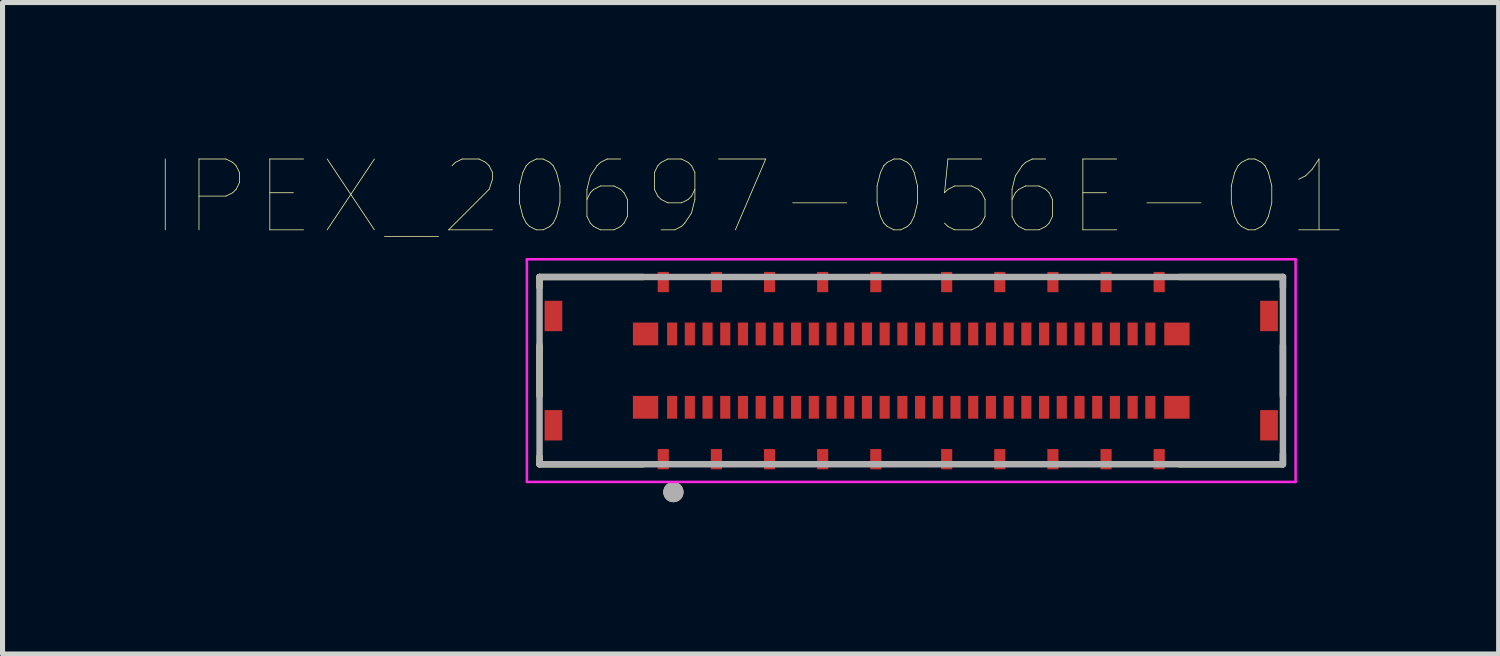
<source format=kicad_pcb>
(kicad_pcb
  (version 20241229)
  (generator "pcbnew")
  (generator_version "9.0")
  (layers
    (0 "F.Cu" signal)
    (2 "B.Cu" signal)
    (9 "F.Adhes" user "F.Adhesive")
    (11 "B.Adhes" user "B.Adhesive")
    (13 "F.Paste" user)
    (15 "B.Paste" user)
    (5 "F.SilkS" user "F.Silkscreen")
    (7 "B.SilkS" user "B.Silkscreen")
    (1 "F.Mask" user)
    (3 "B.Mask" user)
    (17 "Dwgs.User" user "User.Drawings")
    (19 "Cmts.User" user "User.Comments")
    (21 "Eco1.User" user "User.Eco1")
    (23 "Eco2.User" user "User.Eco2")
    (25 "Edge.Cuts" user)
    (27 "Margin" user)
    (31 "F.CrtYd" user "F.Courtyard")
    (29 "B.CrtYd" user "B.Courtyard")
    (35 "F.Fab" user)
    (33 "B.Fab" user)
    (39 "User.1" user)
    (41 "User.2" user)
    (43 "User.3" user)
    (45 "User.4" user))
  (footprint "IPEX_20697-056E-01"
    (layer "F.Cu")
    (at 14.957 4.274)
    (property "Reference" "IPEX_20697-056E-01" (at -3.175 -3.429 0) (layer "F.SilkS") (effects (font (size 1.4 1.4) (thickness 0.015))))
    (attr through_hole)
    (fp_line (start -7.345 -1.85) (end -7.345 -1.65) (stroke (width 0.127) (type solid)) (layer "F.SilkS"))
    (fp_line (start -7.345 -0.5) (end -7.345 0.5) (stroke (width 0.127) (type solid)) (layer "F.SilkS"))
    (fp_line (start -7.345 1.7) (end -7.345 1.85) (stroke (width 0.127) (type solid)) (layer "F.SilkS"))
    (fp_line (start -7.345 1.85) (end -5.3 1.85) (stroke (width 0.127) (type solid)) (layer "F.SilkS"))
    (fp_line (start -5.3 -1.85) (end -7.345 -1.85) (stroke (width 0.127) (type solid)) (layer "F.SilkS"))
    (fp_line (start 5.3 -1.85) (end 7.345 -1.85) (stroke (width 0.127) (type solid)) (layer "F.SilkS"))
    (fp_line (start 5.3 1.85) (end 7.345 1.85) (stroke (width 0.127) (type solid)) (layer "F.SilkS"))
    (fp_line (start 7.345 -1.85) (end 7.345 -1.65) (stroke (width 0.127) (type solid)) (layer "F.SilkS"))
    (fp_line (start 7.345 -0.5) (end 7.345 0.5) (stroke (width 0.127) (type solid)) (layer "F.SilkS"))
    (fp_line (start 7.345 1.85) (end 7.345 1.65) (stroke (width 0.127) (type solid)) (layer "F.SilkS"))
    (fp_circle (center -4.7 2.4) (end -4.6 2.4) (stroke (width 0.2) (type solid)) (fill no) (layer "F.SilkS"))
    (fp_poly (pts (xy -5.5 -0.875) (xy -5 -0.875) (xy -5 -0.575) (xy -5.5 -0.575)) (stroke (width 0.01) (type solid)) (fill yes) (layer "F.Paste"))
    (fp_poly (pts (xy -5.5 0.575) (xy -5 0.575) (xy -5 0.875) (xy -5.5 0.875)) (stroke (width 0.01) (type solid)) (fill yes) (layer "F.Paste"))
    (fp_poly (pts (xy -4.825 -0.875) (xy -4.625 -0.875) (xy -4.625 -0.575) (xy -4.825 -0.575)) (stroke (width 0.01) (type solid)) (fill yes) (layer "F.Paste"))
    (fp_poly (pts (xy -4.825 0.575) (xy -4.625 0.575) (xy -4.625 0.875) (xy -4.825 0.875)) (stroke (width 0.01) (type solid)) (fill yes) (layer "F.Paste"))
    (fp_poly (pts (xy -4.475 -0.875) (xy -4.275 -0.875) (xy -4.275 -0.575) (xy -4.475 -0.575)) (stroke (width 0.01) (type solid)) (fill yes) (layer "F.Paste"))
    (fp_poly (pts (xy -4.475 0.575) (xy -4.275 0.575) (xy -4.275 0.875) (xy -4.475 0.875)) (stroke (width 0.01) (type solid)) (fill yes) (layer "F.Paste"))
    (fp_poly (pts (xy -4.125 -0.875) (xy -3.925 -0.875) (xy -3.925 -0.575) (xy -4.125 -0.575)) (stroke (width 0.01) (type solid)) (fill yes) (layer "F.Paste"))
    (fp_poly (pts (xy -4.125 0.575) (xy -3.925 0.575) (xy -3.925 0.875) (xy -4.125 0.875)) (stroke (width 0.01) (type solid)) (fill yes) (layer "F.Paste"))
    (fp_poly (pts (xy -3.775 -0.875) (xy -3.575 -0.875) (xy -3.575 -0.575) (xy -3.775 -0.575)) (stroke (width 0.01) (type solid)) (fill yes) (layer "F.Paste"))
    (fp_poly (pts (xy -3.775 0.575) (xy -3.575 0.575) (xy -3.575 0.875) (xy -3.775 0.875)) (stroke (width 0.01) (type solid)) (fill yes) (layer "F.Paste"))
    (fp_poly (pts (xy -3.425 -0.875) (xy -3.225 -0.875) (xy -3.225 -0.575) (xy -3.425 -0.575)) (stroke (width 0.01) (type solid)) (fill yes) (layer "F.Paste"))
    (fp_poly (pts (xy -3.425 0.575) (xy -3.225 0.575) (xy -3.225 0.875) (xy -3.425 0.875)) (stroke (width 0.01) (type solid)) (fill yes) (layer "F.Paste"))
    (fp_poly (pts (xy -3.075 -0.875) (xy -2.875 -0.875) (xy -2.875 -0.575) (xy -3.075 -0.575)) (stroke (width 0.01) (type solid)) (fill yes) (layer "F.Paste"))
    (fp_poly (pts (xy -3.075 0.575) (xy -2.875 0.575) (xy -2.875 0.875) (xy -3.075 0.875)) (stroke (width 0.01) (type solid)) (fill yes) (layer "F.Paste"))
    (fp_poly (pts (xy -2.725 -0.875) (xy -2.525 -0.875) (xy -2.525 -0.575) (xy -2.725 -0.575)) (stroke (width 0.01) (type solid)) (fill yes) (layer "F.Paste"))
    (fp_poly (pts (xy -2.725 0.575) (xy -2.525 0.575) (xy -2.525 0.875) (xy -2.725 0.875)) (stroke (width 0.01) (type solid)) (fill yes) (layer "F.Paste"))
    (fp_poly (pts (xy -2.375 -0.875) (xy -2.175 -0.875) (xy -2.175 -0.575) (xy -2.375 -0.575)) (stroke (width 0.01) (type solid)) (fill yes) (layer "F.Paste"))
    (fp_poly (pts (xy -2.375 0.575) (xy -2.175 0.575) (xy -2.175 0.875) (xy -2.375 0.875)) (stroke (width 0.01) (type solid)) (fill yes) (layer "F.Paste"))
    (fp_poly (pts (xy -2.025 -0.875) (xy -1.825 -0.875) (xy -1.825 -0.575) (xy -2.025 -0.575)) (stroke (width 0.01) (type solid)) (fill yes) (layer "F.Paste"))
    (fp_poly (pts (xy -2.025 0.575) (xy -1.825 0.575) (xy -1.825 0.875) (xy -2.025 0.875)) (stroke (width 0.01) (type solid)) (fill yes) (layer "F.Paste"))
    (fp_poly (pts (xy -1.675 -0.875) (xy -1.475 -0.875) (xy -1.475 -0.575) (xy -1.675 -0.575)) (stroke (width 0.01) (type solid)) (fill yes) (layer "F.Paste"))
    (fp_poly (pts (xy -1.675 0.575) (xy -1.475 0.575) (xy -1.475 0.875) (xy -1.675 0.875)) (stroke (width 0.01) (type solid)) (fill yes) (layer "F.Paste"))
    (fp_poly (pts (xy -1.325 -0.875) (xy -1.125 -0.875) (xy -1.125 -0.575) (xy -1.325 -0.575)) (stroke (width 0.01) (type solid)) (fill yes) (layer "F.Paste"))
    (fp_poly (pts (xy -1.325 0.575) (xy -1.125 0.575) (xy -1.125 0.875) (xy -1.325 0.875)) (stroke (width 0.01) (type solid)) (fill yes) (layer "F.Paste"))
    (fp_poly (pts (xy -0.975 -0.875) (xy -0.775 -0.875) (xy -0.775 -0.575) (xy -0.975 -0.575)) (stroke (width 0.01) (type solid)) (fill yes) (layer "F.Paste"))
    (fp_poly (pts (xy -0.975 0.575) (xy -0.775 0.575) (xy -0.775 0.875) (xy -0.975 0.875)) (stroke (width 0.01) (type solid)) (fill yes) (layer "F.Paste"))
    (fp_poly (pts (xy -0.625 -0.875) (xy -0.425 -0.875) (xy -0.425 -0.575) (xy -0.625 -0.575)) (stroke (width 0.01) (type solid)) (fill yes) (layer "F.Paste"))
    (fp_poly (pts (xy -0.625 0.575) (xy -0.425 0.575) (xy -0.425 0.875) (xy -0.625 0.875)) (stroke (width 0.01) (type solid)) (fill yes) (layer "F.Paste"))
    (fp_poly (pts (xy -0.275 -0.875) (xy -0.075 -0.875) (xy -0.075 -0.575) (xy -0.275 -0.575)) (stroke (width 0.01) (type solid)) (fill yes) (layer "F.Paste"))
    (fp_poly (pts (xy -0.275 0.575) (xy -0.075 0.575) (xy -0.075 0.875) (xy -0.275 0.875)) (stroke (width 0.01) (type solid)) (fill yes) (layer "F.Paste"))
    (fp_poly (pts (xy 0.075 -0.875) (xy 0.275 -0.875) (xy 0.275 -0.575) (xy 0.075 -0.575)) (stroke (width 0.01) (type solid)) (fill yes) (layer "F.Paste"))
    (fp_poly (pts (xy 0.075 0.575) (xy 0.275 0.575) (xy 0.275 0.875) (xy 0.075 0.875)) (stroke (width 0.01) (type solid)) (fill yes) (layer "F.Paste"))
    (fp_poly (pts (xy 0.425 -0.875) (xy 0.625 -0.875) (xy 0.625 -0.575) (xy 0.425 -0.575)) (stroke (width 0.01) (type solid)) (fill yes) (layer "F.Paste"))
    (fp_poly (pts (xy 0.425 0.575) (xy 0.625 0.575) (xy 0.625 0.875) (xy 0.425 0.875)) (stroke (width 0.01) (type solid)) (fill yes) (layer "F.Paste"))
    (fp_poly (pts (xy 0.775 -0.875) (xy 0.975 -0.875) (xy 0.975 -0.575) (xy 0.775 -0.575)) (stroke (width 0.01) (type solid)) (fill yes) (layer "F.Paste"))
    (fp_poly (pts (xy 0.775 0.575) (xy 0.975 0.575) (xy 0.975 0.875) (xy 0.775 0.875)) (stroke (width 0.01) (type solid)) (fill yes) (layer "F.Paste"))
    (fp_poly (pts (xy 1.125 -0.875) (xy 1.325 -0.875) (xy 1.325 -0.575) (xy 1.125 -0.575)) (stroke (width 0.01) (type solid)) (fill yes) (layer "F.Paste"))
    (fp_poly (pts (xy 1.125 0.575) (xy 1.325 0.575) (xy 1.325 0.875) (xy 1.125 0.875)) (stroke (width 0.01) (type solid)) (fill yes) (layer "F.Paste"))
    (fp_poly (pts (xy 1.475 -0.875) (xy 1.675 -0.875) (xy 1.675 -0.575) (xy 1.475 -0.575)) (stroke (width 0.01) (type solid)) (fill yes) (layer "F.Paste"))
    (fp_poly (pts (xy 1.475 0.575) (xy 1.675 0.575) (xy 1.675 0.875) (xy 1.475 0.875)) (stroke (width 0.01) (type solid)) (fill yes) (layer "F.Paste"))
    (fp_poly (pts (xy 1.825 -0.875) (xy 2.025 -0.875) (xy 2.025 -0.575) (xy 1.825 -0.575)) (stroke (width 0.01) (type solid)) (fill yes) (layer "F.Paste"))
    (fp_poly (pts (xy 1.825 0.575) (xy 2.025 0.575) (xy 2.025 0.875) (xy 1.825 0.875)) (stroke (width 0.01) (type solid)) (fill yes) (layer "F.Paste"))
    (fp_poly (pts (xy 2.175 -0.875) (xy 2.375 -0.875) (xy 2.375 -0.575) (xy 2.175 -0.575)) (stroke (width 0.01) (type solid)) (fill yes) (layer "F.Paste"))
    (fp_poly (pts (xy 2.175 0.575) (xy 2.375 0.575) (xy 2.375 0.875) (xy 2.175 0.875)) (stroke (width 0.01) (type solid)) (fill yes) (layer "F.Paste"))
    (fp_poly (pts (xy 2.525 -0.875) (xy 2.725 -0.875) (xy 2.725 -0.575) (xy 2.525 -0.575)) (stroke (width 0.01) (type solid)) (fill yes) (layer "F.Paste"))
    (fp_poly (pts (xy 2.525 0.575) (xy 2.725 0.575) (xy 2.725 0.875) (xy 2.525 0.875)) (stroke (width 0.01) (type solid)) (fill yes) (layer "F.Paste"))
    (fp_poly (pts (xy 2.875 -0.875) (xy 3.075 -0.875) (xy 3.075 -0.575) (xy 2.875 -0.575)) (stroke (width 0.01) (type solid)) (fill yes) (layer "F.Paste"))
    (fp_poly (pts (xy 2.875 0.575) (xy 3.075 0.575) (xy 3.075 0.875) (xy 2.875 0.875)) (stroke (width 0.01) (type solid)) (fill yes) (layer "F.Paste"))
    (fp_poly (pts (xy 3.225 -0.875) (xy 3.425 -0.875) (xy 3.425 -0.575) (xy 3.225 -0.575)) (stroke (width 0.01) (type solid)) (fill yes) (layer "F.Paste"))
    (fp_poly (pts (xy 3.225 0.575) (xy 3.425 0.575) (xy 3.425 0.875) (xy 3.225 0.875)) (stroke (width 0.01) (type solid)) (fill yes) (layer "F.Paste"))
    (fp_poly (pts (xy 3.575 -0.875) (xy 3.775 -0.875) (xy 3.775 -0.575) (xy 3.575 -0.575)) (stroke (width 0.01) (type solid)) (fill yes) (layer "F.Paste"))
    (fp_poly (pts (xy 3.575 0.575) (xy 3.775 0.575) (xy 3.775 0.875) (xy 3.575 0.875)) (stroke (width 0.01) (type solid)) (fill yes) (layer "F.Paste"))
    (fp_poly (pts (xy 3.925 -0.875) (xy 4.125 -0.875) (xy 4.125 -0.575) (xy 3.925 -0.575)) (stroke (width 0.01) (type solid)) (fill yes) (layer "F.Paste"))
    (fp_poly (pts (xy 3.925 0.575) (xy 4.125 0.575) (xy 4.125 0.875) (xy 3.925 0.875)) (stroke (width 0.01) (type solid)) (fill yes) (layer "F.Paste"))
    (fp_poly (pts (xy 4.275 -0.875) (xy 4.475 -0.875) (xy 4.475 -0.575) (xy 4.275 -0.575)) (stroke (width 0.01) (type solid)) (fill yes) (layer "F.Paste"))
    (fp_poly (pts (xy 4.275 0.575) (xy 4.475 0.575) (xy 4.475 0.875) (xy 4.275 0.875)) (stroke (width 0.01) (type solid)) (fill yes) (layer "F.Paste"))
    (fp_poly (pts (xy 4.625 -0.875) (xy 4.825 -0.875) (xy 4.825 -0.575) (xy 4.625 -0.575)) (stroke (width 0.01) (type solid)) (fill yes) (layer "F.Paste"))
    (fp_poly (pts (xy 4.625 0.575) (xy 4.825 0.575) (xy 4.825 0.875) (xy 4.625 0.875)) (stroke (width 0.01) (type solid)) (fill yes) (layer "F.Paste"))
    (fp_poly (pts (xy 5 -0.875) (xy 5.5 -0.875) (xy 5.5 -0.575) (xy 5 -0.575)) (stroke (width 0.01) (type solid)) (fill yes) (layer "F.Paste"))
    (fp_poly (pts (xy 5 0.575) (xy 5.5 0.575) (xy 5.5 0.875) (xy 5 0.875)) (stroke (width 0.01) (type solid)) (fill yes) (layer "F.Paste"))
    (fp_line (start -7.595 -2.2) (end 7.595 -2.2) (stroke (width 0.05) (type solid)) (layer "F.CrtYd"))
    (fp_line (start -7.595 2.2) (end -7.595 -2.2) (stroke (width 0.05) (type solid)) (layer "F.CrtYd"))
    (fp_line (start 7.595 -2.2) (end 7.595 2.2) (stroke (width 0.05) (type solid)) (layer "F.CrtYd"))
    (fp_line (start 7.595 2.2) (end -7.595 2.2) (stroke (width 0.05) (type solid)) (layer "F.CrtYd"))
    (fp_line (start -7.345 -1.85) (end 7.345 -1.85) (stroke (width 0.127) (type solid)) (layer "F.Fab"))
    (fp_line (start -7.345 1.85) (end -7.345 -1.85) (stroke (width 0.127) (type solid)) (layer "F.Fab"))
    (fp_line (start 7.345 -1.85) (end 7.345 1.85) (stroke (width 0.127) (type solid)) (layer "F.Fab"))
    (fp_line (start 7.345 1.85) (end -7.345 1.85) (stroke (width 0.127) (type solid)) (layer "F.Fab"))
    (fp_circle (center -4.7 2.4) (end -4.6 2.4) (stroke (width 0.2) (type solid)) (fill no) (layer "F.Fab"))
    (pad "1" smd rect (at -4.725 0.725) (size 0.2 0.45) (layers "F.Cu" "F.Mask"))
    (pad "2" smd rect (at -4.725 -0.725) (size 0.2 0.45) (layers "F.Cu" "F.Mask"))
    (pad "3" smd rect (at -4.375 0.725) (size 0.2 0.45) (layers "F.Cu" "F.Mask"))
    (pad "4" smd rect (at -4.375 -0.725) (size 0.2 0.45) (layers "F.Cu" "F.Mask"))
    (pad "5" smd rect (at -4.025 0.725) (size 0.2 0.45) (layers "F.Cu" "F.Mask"))
    (pad "6" smd rect (at -4.025 -0.725) (size 0.2 0.45) (layers "F.Cu" "F.Mask"))
    (pad "7" smd rect (at -3.675 0.725) (size 0.2 0.45) (layers "F.Cu" "F.Mask"))
    (pad "8" smd rect (at -3.675 -0.725) (size 0.2 0.45) (layers "F.Cu" "F.Mask"))
    (pad "9" smd rect (at -3.325 0.725) (size 0.2 0.45) (layers "F.Cu" "F.Mask"))
    (pad "10" smd rect (at -3.325 -0.725) (size 0.2 0.45) (layers "F.Cu" "F.Mask"))
    (pad "11" smd rect (at -2.975 0.725) (size 0.2 0.45) (layers "F.Cu" "F.Mask"))
    (pad "12" smd rect (at -2.975 -0.725) (size 0.2 0.45) (layers "F.Cu" "F.Mask"))
    (pad "13" smd rect (at -2.625 0.725) (size 0.2 0.45) (layers "F.Cu" "F.Mask"))
    (pad "14" smd rect (at -2.625 -0.725) (size 0.2 0.45) (layers "F.Cu" "F.Mask"))
    (pad "15" smd rect (at -2.275 0.725) (size 0.2 0.45) (layers "F.Cu" "F.Mask"))
    (pad "16" smd rect (at -2.275 -0.725) (size 0.2 0.45) (layers "F.Cu" "F.Mask"))
    (pad "17" smd rect (at -1.925 0.725) (size 0.2 0.45) (layers "F.Cu" "F.Mask"))
    (pad "18" smd rect (at -1.925 -0.725) (size 0.2 0.45) (layers "F.Cu" "F.Mask"))
    (pad "19" smd rect (at -1.575 0.725) (size 0.2 0.45) (layers "F.Cu" "F.Mask"))
    (pad "20" smd rect (at -1.575 -0.725) (size 0.2 0.45) (layers "F.Cu" "F.Mask"))
    (pad "21" smd rect (at -1.225 0.725) (size 0.2 0.45) (layers "F.Cu" "F.Mask"))
    (pad "22" smd rect (at -1.225 -0.725) (size 0.2 0.45) (layers "F.Cu" "F.Mask"))
    (pad "23" smd rect (at -0.875 0.725) (size 0.2 0.45) (layers "F.Cu" "F.Mask"))
    (pad "24" smd rect (at -0.875 -0.725) (size 0.2 0.45) (layers "F.Cu" "F.Mask"))
    (pad "25" smd rect (at -0.525 0.725) (size 0.2 0.45) (layers "F.Cu" "F.Mask"))
    (pad "26" smd rect (at -0.525 -0.725) (size 0.2 0.45) (layers "F.Cu" "F.Mask"))
    (pad "27" smd rect (at -0.175 0.725) (size 0.2 0.45) (layers "F.Cu" "F.Mask"))
    (pad "28" smd rect (at -0.175 -0.725) (size 0.2 0.45) (layers "F.Cu" "F.Mask"))
    (pad "29" smd rect (at 0.175 0.725) (size 0.2 0.45) (layers "F.Cu" "F.Mask"))
    (pad "30" smd rect (at 0.175 -0.725) (size 0.2 0.45) (layers "F.Cu" "F.Mask"))
    (pad "31" smd rect (at 0.525 0.725) (size 0.2 0.45) (layers "F.Cu" "F.Mask"))
    (pad "32" smd rect (at 0.525 -0.725) (size 0.2 0.45) (layers "F.Cu" "F.Mask"))
    (pad "33" smd rect (at 0.875 0.725) (size 0.2 0.45) (layers "F.Cu" "F.Mask"))
    (pad "34" smd rect (at 0.875 -0.725) (size 0.2 0.45) (layers "F.Cu" "F.Mask"))
    (pad "35" smd rect (at 1.225 0.725) (size 0.2 0.45) (layers "F.Cu" "F.Mask"))
    (pad "36" smd rect (at 1.225 -0.725) (size 0.2 0.45) (layers "F.Cu" "F.Mask"))
    (pad "37" smd rect (at 1.575 0.725) (size 0.2 0.45) (layers "F.Cu" "F.Mask"))
    (pad "38" smd rect (at 1.575 -0.725) (size 0.2 0.45) (layers "F.Cu" "F.Mask"))
    (pad "39" smd rect (at 1.925 0.725) (size 0.2 0.45) (layers "F.Cu" "F.Mask"))
    (pad "40" smd rect (at 1.925 -0.725) (size 0.2 0.45) (layers "F.Cu" "F.Mask"))
    (pad "41" smd rect (at 2.275 0.725) (size 0.2 0.45) (layers "F.Cu" "F.Mask"))
    (pad "42" smd rect (at 2.275 -0.725) (size 0.2 0.45) (layers "F.Cu" "F.Mask"))
    (pad "43" smd rect (at 2.625 0.725) (size 0.2 0.45) (layers "F.Cu" "F.Mask"))
    (pad "44" smd rect (at 2.625 -0.725) (size 0.2 0.45) (layers "F.Cu" "F.Mask"))
    (pad "45" smd rect (at 2.975 0.725) (size 0.2 0.45) (layers "F.Cu" "F.Mask"))
    (pad "46" smd rect (at 2.975 -0.725) (size 0.2 0.45) (layers "F.Cu" "F.Mask"))
    (pad "47" smd rect (at 3.325 0.725) (size 0.2 0.45) (layers "F.Cu" "F.Mask"))
    (pad "48" smd rect (at 3.325 -0.725) (size 0.2 0.45) (layers "F.Cu" "F.Mask"))
    (pad "49" smd rect (at 3.675 0.725) (size 0.2 0.45) (layers "F.Cu" "F.Mask"))
    (pad "50" smd rect (at 3.675 -0.725) (size 0.2 0.45) (layers "F.Cu" "F.Mask"))
    (pad "51" smd rect (at 4.025 0.725) (size 0.2 0.45) (layers "F.Cu" "F.Mask"))
    (pad "52" smd rect (at 4.025 -0.725) (size 0.2 0.45) (layers "F.Cu" "F.Mask"))
    (pad "53" smd rect (at 4.375 0.725) (size 0.2 0.45) (layers "F.Cu" "F.Mask"))
    (pad "54" smd rect (at 4.375 -0.725) (size 0.2 0.45) (layers "F.Cu" "F.Mask"))
    (pad "55" smd rect (at 4.725 0.725) (size 0.2 0.45) (layers "F.Cu" "F.Mask"))
    (pad "56" smd rect (at 4.725 -0.725) (size 0.2 0.45) (layers "F.Cu" "F.Mask"))
    (pad "G1" smd rect (at -4.9 1.75) (size 0.22 0.4) (layers "F.Cu" "F.Mask" "F.Paste"))
    (pad "G2" smd rect (at -4.9 -1.75) (size 0.22 0.4) (layers "F.Cu" "F.Mask" "F.Paste"))
    (pad "G3" smd rect (at -3.85 1.75) (size 0.22 0.4) (layers "F.Cu" "F.Mask" "F.Paste"))
    (pad "G4" smd rect (at -3.85 -1.75) (size 0.22 0.4) (layers "F.Cu" "F.Mask" "F.Paste"))
    (pad "G5" smd rect (at -2.8 1.75) (size 0.22 0.4) (layers "F.Cu" "F.Mask" "F.Paste"))
    (pad "G6" smd rect (at -2.8 -1.75) (size 0.22 0.4) (layers "F.Cu" "F.Mask" "F.Paste"))
    (pad "G7" smd rect (at -1.75 1.75) (size 0.22 0.4) (layers "F.Cu" "F.Mask" "F.Paste"))
    (pad "G8" smd rect (at -1.75 -1.75) (size 0.22 0.4) (layers "F.Cu" "F.Mask" "F.Paste"))
    (pad "G9" smd rect (at -0.7 1.75) (size 0.22 0.4) (layers "F.Cu" "F.Mask" "F.Paste"))
    (pad "G10" smd rect (at -0.7 -1.75) (size 0.22 0.4) (layers "F.Cu" "F.Mask" "F.Paste"))
    (pad "G11" smd rect (at 0.7 1.75) (size 0.22 0.4) (layers "F.Cu" "F.Mask" "F.Paste"))
    (pad "G12" smd rect (at 0.7 -1.75) (size 0.22 0.4) (layers "F.Cu" "F.Mask" "F.Paste"))
    (pad "G13" smd rect (at 1.75 1.75) (size 0.22 0.4) (layers "F.Cu" "F.Mask" "F.Paste"))
    (pad "G14" smd rect (at 1.75 -1.75) (size 0.22 0.4) (layers "F.Cu" "F.Mask" "F.Paste"))
    (pad "G15" smd rect (at 2.8 1.75) (size 0.22 0.4) (layers "F.Cu" "F.Mask" "F.Paste"))
    (pad "G16" smd rect (at 2.8 -1.75) (size 0.22 0.4) (layers "F.Cu" "F.Mask" "F.Paste"))
    (pad "G17" smd rect (at 3.85 1.75) (size 0.22 0.4) (layers "F.Cu" "F.Mask" "F.Paste"))
    (pad "G18" smd rect (at 3.85 -1.75) (size 0.22 0.4) (layers "F.Cu" "F.Mask" "F.Paste"))
    (pad "G19" smd rect (at 4.9 1.75) (size 0.22 0.4) (layers "F.Cu" "F.Mask" "F.Paste"))
    (pad "G20" smd rect (at 4.9 -1.75) (size 0.22 0.4) (layers "F.Cu" "F.Mask" "F.Paste"))
    (pad "P1" smd rect (at -5.25 0.725) (size 0.5 0.45) (layers "F.Cu" "F.Mask"))
    (pad "P2" smd rect (at -5.25 -0.725) (size 0.5 0.45) (layers "F.Cu" "F.Mask"))
    (pad "P3" smd rect (at 5.25 0.725) (size 0.5 0.45) (layers "F.Cu" "F.Mask"))
    (pad "P4" smd rect (at 5.25 -0.725) (size 0.5 0.45) (layers "F.Cu" "F.Mask"))
    (pad "SH1" smd rect (at -7.07 1.08) (size 0.35 0.6) (layers "F.Cu" "F.Mask" "F.Paste"))
    (pad "SH2" smd rect (at -7.07 -1.08) (size 0.35 0.6) (layers "F.Cu" "F.Mask" "F.Paste"))
    (pad "SH3" smd rect (at 7.07 1.08) (size 0.35 0.6) (layers "F.Cu" "F.Mask" "F.Paste"))
    (pad "SH4" smd rect (at 7.07 -1.08) (size 0.35 0.6) (layers "F.Cu" "F.Mask" "F.Paste")))
  (gr_rect
    (start -3 -3)
    (end 26.565 9.874)
    (stroke (width 0.1) (type default))
    (fill no)
    (layer "Edge.Cuts")))
</source>
